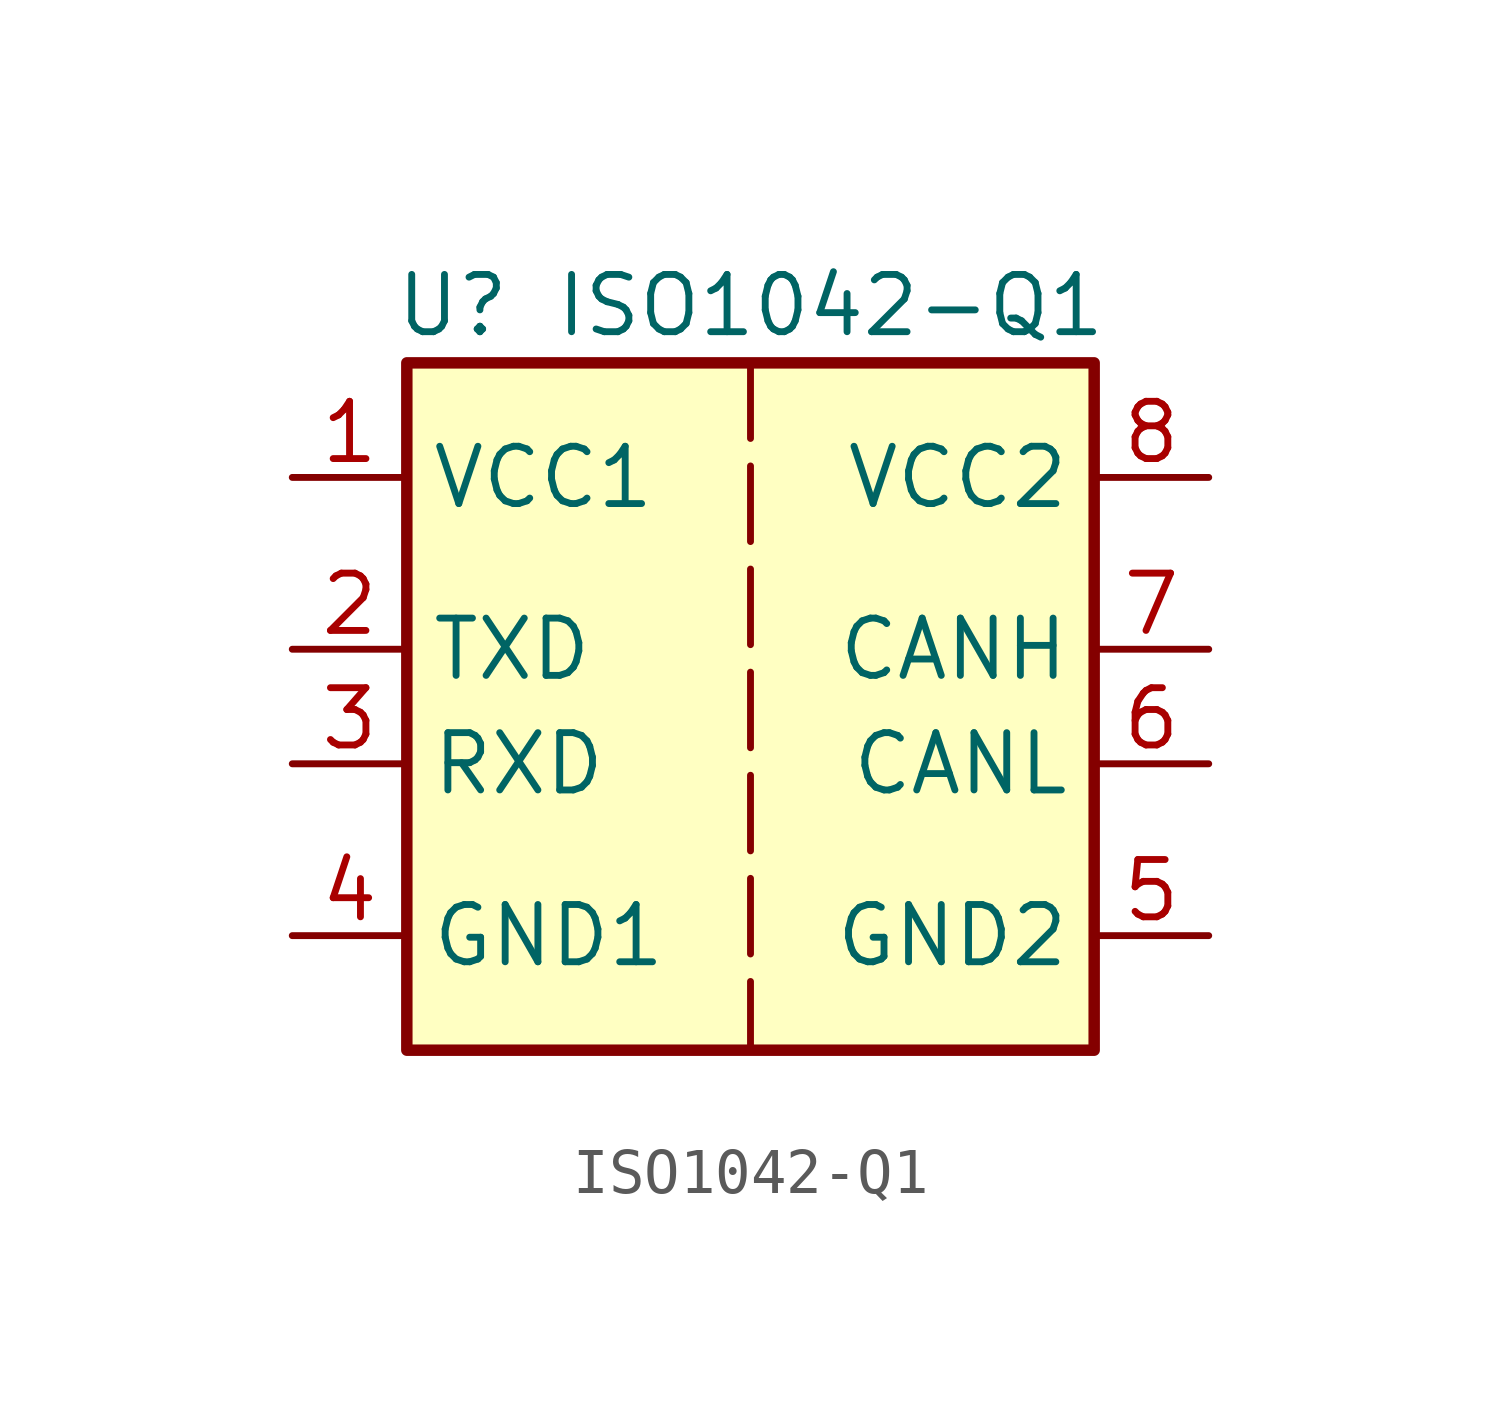
<source format=kicad_sym>
(kicad_symbol_lib
  (version 20241209)
  (generator "kicad_symbol_editor")
  (generator_version "9.0")
  (symbol "ISO1042-Q1"
    (property "Reference" "U"
      (at -6.604 8.89 0)
      (effects (font (size 1.27 1.27))))
    (property "Value" "ISO1042-Q1"
      (at 1.778 8.89 0)
      (effects (font (size 1.27 1.27))))
    (symbol "ISO1042-Q1_0_1"
      (rectangle (start -7.62 7.62) (end 7.62 -7.62) (stroke (width 0.254) (type default)) (fill (type background))))
    (symbol "ISO1042-Q1_1_1"
      (polyline (pts (xy 0 7.62) (xy 0 -7.62)) (stroke (width 0) (type dash)) (fill (type none)))
      (pin power_in line (at -10.16 5.08 0) (length 2.54) (name "VCC1" (effects (font (size 1.27 1.27)))) (number "1" (effects (font (size 1.27 1.27)))))
      (pin input line (at -10.16 1.27 0) (length 2.54) (name "TXD" (effects (font (size 1.27 1.27)))) (number "2" (effects (font (size 1.27 1.27)))))
      (pin output line (at -10.16 -1.27 0) (length 2.54) (name "RXD" (effects (font (size 1.27 1.27)))) (number "3" (effects (font (size 1.27 1.27)))))
      (pin power_in line (at -10.16 -5.08 0) (length 2.54) (name "GND1" (effects (font (size 1.27 1.27)))) (number "4" (effects (font (size 1.27 1.27)))))
      (pin power_in line (at 10.16 5.08 180) (length 2.54) (name "VCC2" (effects (font (size 1.27 1.27)))) (number "8" (effects (font (size 1.27 1.27)))))
      (pin bidirectional line (at 10.16 1.27 180) (length 2.54) (name "CANH" (effects (font (size 1.27 1.27)))) (number "7" (effects (font (size 1.27 1.27)))))
      (pin bidirectional line (at 10.16 -1.27 180) (length 2.54) (name "CANL" (effects (font (size 1.27 1.27)))) (number "6" (effects (font (size 1.27 1.27)))))
      (pin power_in line (at 10.16 -5.08 180) (length 2.54) (name "GND2" (effects (font (size 1.27 1.27)))) (number "5" (effects (font (size 1.27 1.27))))))))
</source>
